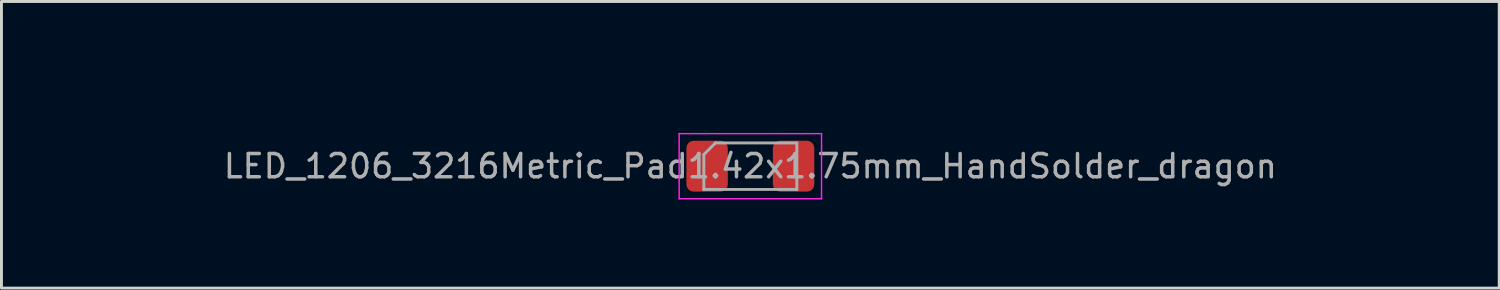
<source format=kicad_pcb>
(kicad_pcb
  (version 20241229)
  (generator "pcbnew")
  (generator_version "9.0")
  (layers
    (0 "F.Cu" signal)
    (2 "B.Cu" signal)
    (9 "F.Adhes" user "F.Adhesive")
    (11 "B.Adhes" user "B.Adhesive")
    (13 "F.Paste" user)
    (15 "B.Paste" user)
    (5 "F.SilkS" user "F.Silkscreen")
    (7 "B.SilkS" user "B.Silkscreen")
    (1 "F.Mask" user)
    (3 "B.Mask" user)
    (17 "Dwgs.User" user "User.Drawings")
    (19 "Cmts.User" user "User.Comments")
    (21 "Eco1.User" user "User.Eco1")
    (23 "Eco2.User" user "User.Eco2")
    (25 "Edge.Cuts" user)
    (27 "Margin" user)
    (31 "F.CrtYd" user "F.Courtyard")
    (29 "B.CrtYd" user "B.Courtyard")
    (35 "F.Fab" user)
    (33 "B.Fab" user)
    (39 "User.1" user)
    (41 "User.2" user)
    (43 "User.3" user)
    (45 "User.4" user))
  (footprint "LED_1206_3216Metric_Pad1.42x1.75mm_HandSolder_dragon"
    (layer "F.Cu")
    (at 22.768 2.668)
    (property "Reference" "LED_1206_3216Metric_Pad1.42x1.75mm_HandSolder_dragon" (at 0 -1.82 0) (layer "Eco1.User") (effects (font (size 1 1) (thickness 0.15))))
    (attr smd)
    (fp_line (start -2.46 -1.135) (end -2.46 1.135) (stroke (width 0.12) (type solid)) (layer "Eco1.User"))
    (fp_line (start -2.46 1.135) (end 1.6 1.135) (stroke (width 0.12) (type solid)) (layer "Eco1.User"))
    (fp_line (start 1.6 -1.135) (end -2.46 -1.135) (stroke (width 0.12) (type solid)) (layer "Eco1.User"))
    (fp_line (start -2.45 -1.12) (end 2.45 -1.12) (stroke (width 0.05) (type solid)) (layer "F.CrtYd"))
    (fp_line (start -2.45 1.12) (end -2.45 -1.12) (stroke (width 0.05) (type solid)) (layer "F.CrtYd"))
    (fp_line (start 2.45 -1.12) (end 2.45 1.12) (stroke (width 0.05) (type solid)) (layer "F.CrtYd"))
    (fp_line (start 2.45 1.12) (end -2.45 1.12) (stroke (width 0.05) (type solid)) (layer "F.CrtYd"))
    (fp_line (start -1.6 -0.4) (end -1.6 0.8) (stroke (width 0.1) (type solid)) (layer "F.Fab"))
    (fp_line (start -1.6 0.8) (end 1.6 0.8) (stroke (width 0.1) (type solid)) (layer "F.Fab"))
    (fp_line (start -1.2 -0.8) (end -1.6 -0.4) (stroke (width 0.1) (type solid)) (layer "F.Fab"))
    (fp_line (start 1.6 -0.8) (end -1.2 -0.8) (stroke (width 0.1) (type solid)) (layer "F.Fab"))
    (fp_line (start 1.6 0.8) (end 1.6 -0.8) (stroke (width 0.1) (type solid)) (layer "F.Fab"))
    (fp_text user "${REFERENCE}" (at 0 0 0) (layer "F.Fab") (effects (font (size 0.8 0.8) (thickness 0.12))))
    (pad "1" smd roundrect (at -1.488 0) (size 1.425 1.75) (layers "F.Cu" "F.Mask" "F.Paste") (roundrect_rratio 0.175))
    (pad "2" smd roundrect (at 1.488 0) (size 1.425 1.75) (layers "F.Cu" "F.Mask" "F.Paste") (roundrect_rratio 0.175)))
  (gr_rect
    (start -3 -3)
    (end 48.536 6.863)
    (stroke (width 0.1) (type default))
    (fill no)
    (layer "Edge.Cuts")))
</source>
